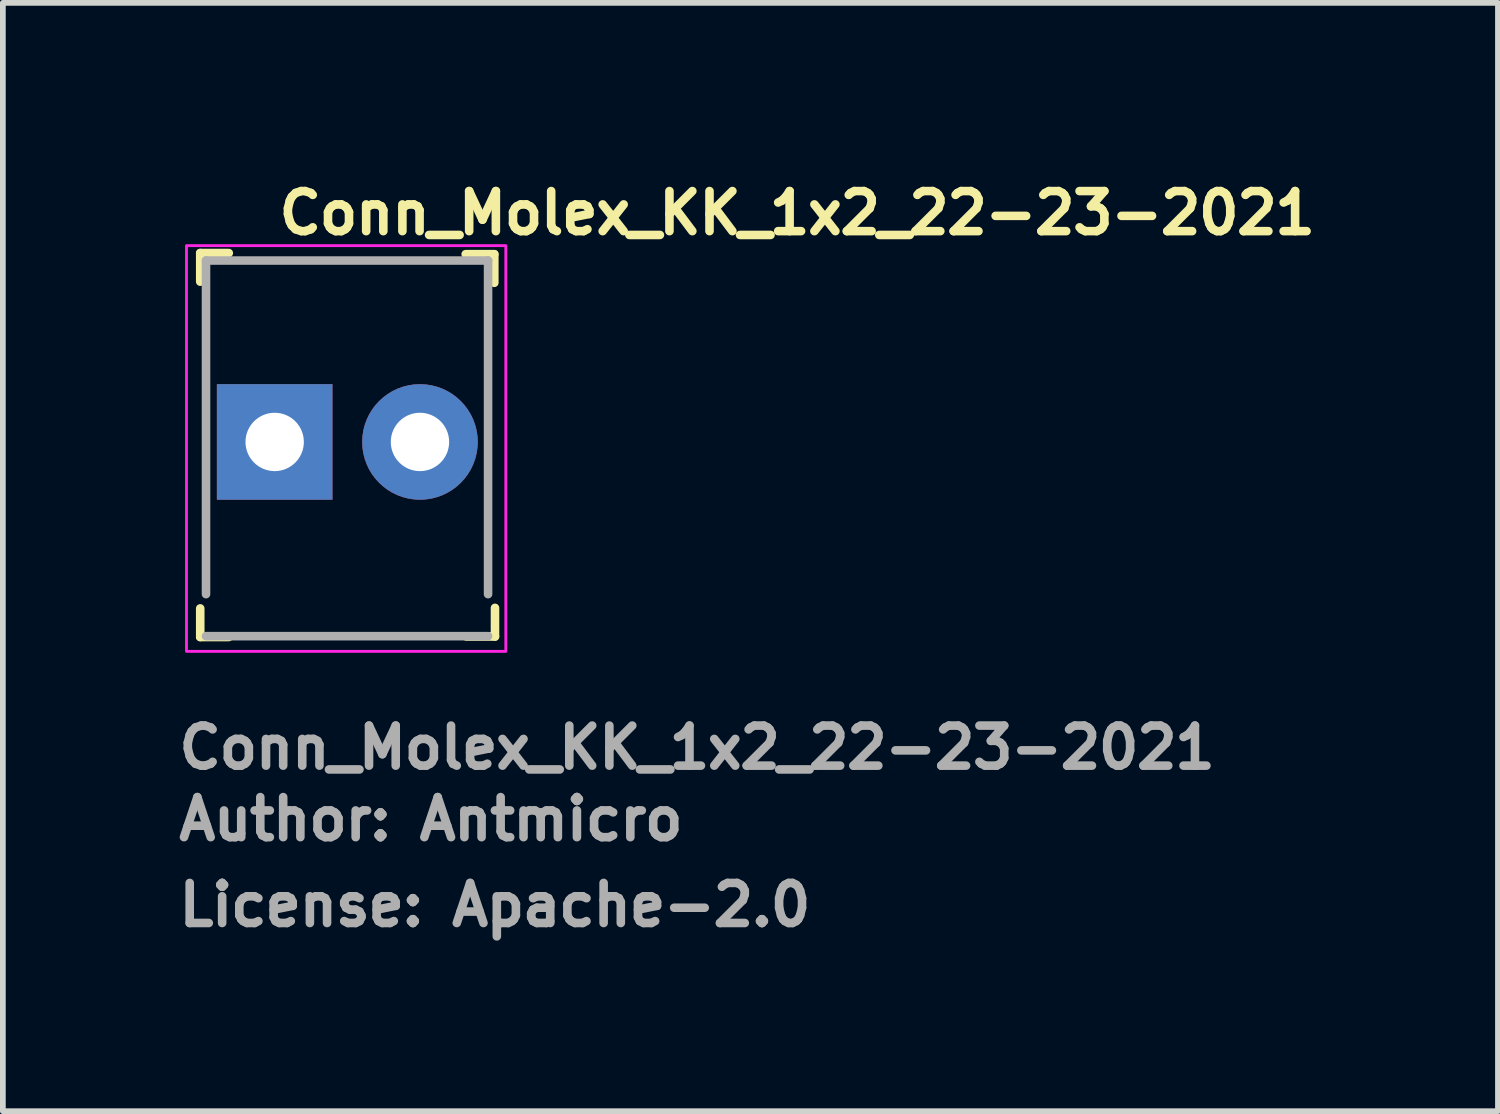
<source format=kicad_pcb>
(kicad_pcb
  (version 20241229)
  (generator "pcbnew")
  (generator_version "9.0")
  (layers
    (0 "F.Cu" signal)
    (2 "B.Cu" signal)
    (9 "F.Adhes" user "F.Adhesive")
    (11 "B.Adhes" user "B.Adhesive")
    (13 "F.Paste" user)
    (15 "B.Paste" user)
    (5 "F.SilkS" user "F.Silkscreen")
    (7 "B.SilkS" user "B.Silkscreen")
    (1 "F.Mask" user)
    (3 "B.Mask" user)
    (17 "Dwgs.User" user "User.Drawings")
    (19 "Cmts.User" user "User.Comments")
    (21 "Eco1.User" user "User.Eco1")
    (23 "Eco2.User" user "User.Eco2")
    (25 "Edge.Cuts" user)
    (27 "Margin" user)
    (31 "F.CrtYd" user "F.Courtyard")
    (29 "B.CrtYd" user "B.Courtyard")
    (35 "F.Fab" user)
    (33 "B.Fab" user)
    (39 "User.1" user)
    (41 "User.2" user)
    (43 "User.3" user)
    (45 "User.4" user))
  (footprint "Conn_Molex_KK_1x2_22-23-2021"
    (layer "F.Cu")
    (at 1.75 4.673)
    (property "Reference" "Conn_Molex_KK_1x2_22-23-2021" (at 0 -4 0) (layer "F.SilkS") (effects (font (size 0.7 0.7) (thickness 0.15)) (justify left)))
    (attr through_hole)
    (fp_line (start -1.301 -3.301) (end -1.301 -2.801) (stroke (width 0.15) (type solid)) (layer "F.SilkS"))
    (fp_line (start -1.301 -3.301) (end -0.802 -3.301) (stroke (width 0.15) (type solid)) (layer "F.SilkS"))
    (fp_line (start -1.301 3.409) (end -1.301 2.909) (stroke (width 0.15) (type solid)) (layer "F.SilkS"))
    (fp_line (start -1.301 3.409) (end -0.802 3.409) (stroke (width 0.15) (type solid)) (layer "F.SilkS"))
    (fp_line (start 3.838 -3.281) (end 3.338 -3.281) (stroke (width 0.15) (type solid)) (layer "F.SilkS"))
    (fp_line (start 3.838 -3.281) (end 3.838 -2.781) (stroke (width 0.15) (type solid)) (layer "F.SilkS"))
    (fp_line (start 3.85 3.4) (end 3.35 3.4) (stroke (width 0.15) (type solid)) (layer "F.SilkS"))
    (fp_line (start 3.85 3.4) (end 3.85 2.9) (stroke (width 0.15) (type solid)) (layer "F.SilkS"))
    (fp_rect (start -1.541 -3.431) (end 4.039 3.66) (stroke (width 0.05) (type solid)) (fill no) (layer "F.CrtYd"))
    (fp_line (start -1.2 -3.17) (end -1.2 2.66) (stroke (width 0.15) (type solid)) (layer "F.Fab"))
    (fp_line (start -1.2 -3.17) (end 3.729 -3.17) (stroke (width 0.15) (type solid)) (layer "F.Fab"))
    (fp_line (start -1.2 3.394) (end 3.729 3.394) (stroke (width 0.15) (type solid)) (layer "F.Fab"))
    (fp_line (start 3.729 -3.17) (end 3.729 2.66) (stroke (width 0.15) (type solid)) (layer "F.Fab"))
    (fp_rect (start -1.291 -3.181) (end 3.789 3.41) (stroke (width 0.1) (type solid)) (fill no) (layer "User.5"))
    (fp_line (start -1.291 -3.181) (end -1.291 -2.543) (stroke (width 0.02) (type solid)) (layer "User.9"))
    (fp_line (start -1.291 -3.181) (end -0.02 -3.181) (stroke (width 0.02) (type solid)) (layer "User.9"))
    (fp_line (start -1.291 -2.543) (end -1.291 -2.495) (stroke (width 0.02) (type solid)) (layer "User.9"))
    (fp_line (start -1.291 -2.543) (end -0.02 -2.543) (stroke (width 0.02) (type solid)) (layer "User.9"))
    (fp_line (start -1.291 -2.495) (end -1.291 -2.495) (stroke (width 0.02) (type solid)) (layer "User.9"))
    (fp_line (start -1.291 -2.495) (end -1.291 -2.372) (stroke (width 0.02) (type solid)) (layer "User.9"))
    (fp_line (start -1.291 -2.372) (end -1.291 -2.372) (stroke (width 0.02) (type solid)) (layer "User.9"))
    (fp_line (start -1.291 -2.372) (end -1.291 -2.089) (stroke (width 0.02) (type solid)) (layer "User.9"))
    (fp_line (start -1.291 -2.089) (end -1.291 -2.089) (stroke (width 0.02) (type solid)) (layer "User.9"))
    (fp_line (start -1.291 -2.089) (end -1.291 -2.023) (stroke (width 0.02) (type solid)) (layer "User.9"))
    (fp_line (start -1.291 -2.023) (end -1.291 -2.023) (stroke (width 0.02) (type solid)) (layer "User.9"))
    (fp_line (start -1.291 -2.023) (end -1.291 -1.962) (stroke (width 0.02) (type solid)) (layer "User.9"))
    (fp_line (start -1.291 -1.962) (end -1.291 -1.962) (stroke (width 0.02) (type solid)) (layer "User.9"))
    (fp_line (start -1.291 -1.962) (end -1.291 -1.909) (stroke (width 0.02) (type solid)) (layer "User.9"))
    (fp_line (start -1.291 -1.909) (end -1.291 -1.909) (stroke (width 0.02) (type solid)) (layer "User.9"))
    (fp_line (start -1.291 -1.909) (end -1.291 -1.867) (stroke (width 0.02) (type solid)) (layer "User.9"))
    (fp_line (start -1.291 -1.867) (end -1.291 -1.867) (stroke (width 0.02) (type solid)) (layer "User.9"))
    (fp_line (start -1.291 -1.867) (end -1.291 -1.835) (stroke (width 0.02) (type solid)) (layer "User.9"))
    (fp_line (start -1.291 -1.835) (end -1.291 -1.835) (stroke (width 0.02) (type solid)) (layer "User.9"))
    (fp_line (start -1.291 -1.835) (end -1.291 -1.817) (stroke (width 0.02) (type solid)) (layer "User.9"))
    (fp_line (start -1.291 -1.817) (end -1.291 -1.817) (stroke (width 0.02) (type solid)) (layer "User.9"))
    (fp_line (start -1.291 -1.817) (end -1.291 -1.809) (stroke (width 0.02) (type solid)) (layer "User.9"))
    (fp_line (start -1.291 -1.809) (end -1.291 3.394) (stroke (width 0.02) (type solid)) (layer "User.9"))
    (fp_line (start -1.291 -1.809) (end -0.02 -1.809) (stroke (width 0.02) (type solid)) (layer "User.9"))
    (fp_line (start -1.291 3.394) (end 3.789 3.394) (stroke (width 0.02) (type solid)) (layer "User.9"))
    (fp_line (start -0.339 -0.325) (end -0.339 0.31) (stroke (width 0.02) (type solid)) (layer "User.9"))
    (fp_line (start -0.339 -0.325) (end 0.296 -0.325) (stroke (width 0.02) (type solid)) (layer "User.9"))
    (fp_line (start -0.339 0.31) (end 0.296 0.31) (stroke (width 0.02) (type solid)) (layer "User.9"))
    (fp_line (start -0.02 -3.181) (end -0.02 -3.172) (stroke (width 0.02) (type solid)) (layer "User.9"))
    (fp_line (start -0.02 -3.181) (end 2.519 -3.181) (stroke (width 0.02) (type solid)) (layer "User.9"))
    (fp_line (start -0.02 -3.172) (end -0.02 -3.172) (stroke (width 0.02) (type solid)) (layer "User.9"))
    (fp_line (start -0.02 -3.172) (end -0.02 -3.141) (stroke (width 0.02) (type solid)) (layer "User.9"))
    (fp_line (start -0.02 -3.141) (end -0.02 -3.141) (stroke (width 0.02) (type solid)) (layer "User.9"))
    (fp_line (start -0.02 -3.141) (end -0.02 -3.093) (stroke (width 0.02) (type solid)) (layer "User.9"))
    (fp_line (start -0.02 -3.093) (end -0.02 -3.093) (stroke (width 0.02) (type solid)) (layer "User.9"))
    (fp_line (start -0.02 -3.093) (end -0.02 -3.025) (stroke (width 0.02) (type solid)) (layer "User.9"))
    (fp_line (start -0.02 -3.025) (end -0.02 -3.025) (stroke (width 0.02) (type solid)) (layer "User.9"))
    (fp_line (start -0.02 -3.025) (end -0.02 -2.943) (stroke (width 0.02) (type solid)) (layer "User.9"))
    (fp_line (start -0.02 -2.943) (end -0.02 -2.943) (stroke (width 0.02) (type solid)) (layer "User.9"))
    (fp_line (start -0.02 -2.943) (end -0.02 -2.848) (stroke (width 0.02) (type solid)) (layer "User.9"))
    (fp_line (start -0.02 -2.848) (end -0.02 -2.848) (stroke (width 0.02) (type solid)) (layer "User.9"))
    (fp_line (start -0.02 -2.848) (end -0.02 -2.743) (stroke (width 0.02) (type solid)) (layer "User.9"))
    (fp_line (start -0.02 -2.743) (end -0.02 -2.743) (stroke (width 0.02) (type solid)) (layer "User.9"))
    (fp_line (start -0.02 -2.743) (end -0.02 -2.404) (stroke (width 0.02) (type solid)) (layer "User.9"))
    (fp_line (start -0.02 -2.404) (end -0.02 -2.404) (stroke (width 0.02) (type solid)) (layer "User.9"))
    (fp_line (start -0.02 -2.404) (end -0.02 -2.193) (stroke (width 0.02) (type solid)) (layer "User.9"))
    (fp_line (start -0.02 -2.193) (end -0.02 -2.193) (stroke (width 0.02) (type solid)) (layer "User.9"))
    (fp_line (start -0.02 -2.193) (end -0.02 -2.101) (stroke (width 0.02) (type solid)) (layer "User.9"))
    (fp_line (start -0.02 -2.101) (end -0.02 -2.101) (stroke (width 0.02) (type solid)) (layer "User.9"))
    (fp_line (start -0.02 -2.101) (end -0.02 -2.024) (stroke (width 0.02) (type solid)) (layer "User.9"))
    (fp_line (start -0.02 -2.024) (end -0.02 -1.307) (stroke (width 0.02) (type solid)) (layer "User.9"))
    (fp_line (start -0.02 -1.149) (end -0.02 -1.307) (stroke (width 0.02) (type solid)) (layer "User.9"))
    (fp_line (start -0.02 -1.149) (end 2.519 -1.149) (stroke (width 0.02) (type solid)) (layer "User.9"))
    (fp_line (start 0.296 -0.325) (end 0.296 0.31) (stroke (width 0.02) (type solid)) (layer "User.9"))
    (fp_line (start 2.201 -0.325) (end 2.201 0.31) (stroke (width 0.02) (type solid)) (layer "User.9"))
    (fp_line (start 2.201 -0.325) (end 2.837 -0.325) (stroke (width 0.02) (type solid)) (layer "User.9"))
    (fp_line (start 2.201 0.31) (end 2.837 0.31) (stroke (width 0.02) (type solid)) (layer "User.9"))
    (fp_line (start 2.519 -3.181) (end 2.519 -3.172) (stroke (width 0.02) (type solid)) (layer "User.9"))
    (fp_line (start 2.519 -3.181) (end 3.789 -3.181) (stroke (width 0.02) (type solid)) (layer "User.9"))
    (fp_line (start 2.519 -3.172) (end 2.519 -3.172) (stroke (width 0.02) (type solid)) (layer "User.9"))
    (fp_line (start 2.519 -3.172) (end 2.519 -3.141) (stroke (width 0.02) (type solid)) (layer "User.9"))
    (fp_line (start 2.519 -3.141) (end 2.519 -3.141) (stroke (width 0.02) (type solid)) (layer "User.9"))
    (fp_line (start 2.519 -3.141) (end 2.519 -3.093) (stroke (width 0.02) (type solid)) (layer "User.9"))
    (fp_line (start 2.519 -3.093) (end 2.519 -3.093) (stroke (width 0.02) (type solid)) (layer "User.9"))
    (fp_line (start 2.519 -3.093) (end 2.519 -3.025) (stroke (width 0.02) (type solid)) (layer "User.9"))
    (fp_line (start 2.519 -3.025) (end 2.519 -3.025) (stroke (width 0.02) (type solid)) (layer "User.9"))
    (fp_line (start 2.519 -3.025) (end 2.519 -2.943) (stroke (width 0.02) (type solid)) (layer "User.9"))
    (fp_line (start 2.519 -2.943) (end 2.519 -2.943) (stroke (width 0.02) (type solid)) (layer "User.9"))
    (fp_line (start 2.519 -2.943) (end 2.519 -2.848) (stroke (width 0.02) (type solid)) (layer "User.9"))
    (fp_line (start 2.519 -2.848) (end 2.519 -2.848) (stroke (width 0.02) (type solid)) (layer "User.9"))
    (fp_line (start 2.519 -2.848) (end 2.519 -2.743) (stroke (width 0.02) (type solid)) (layer "User.9"))
    (fp_line (start 2.519 -2.743) (end 2.519 -2.743) (stroke (width 0.02) (type solid)) (layer "User.9"))
    (fp_line (start 2.519 -2.743) (end 2.519 -2.404) (stroke (width 0.02) (type solid)) (layer "User.9"))
    (fp_line (start 2.519 -2.543) (end 3.789 -2.543) (stroke (width 0.02) (type solid)) (layer "User.9"))
    (fp_line (start 2.519 -2.404) (end 2.519 -2.404) (stroke (width 0.02) (type solid)) (layer "User.9"))
    (fp_line (start 2.519 -2.404) (end 2.519 -2.193) (stroke (width 0.02) (type solid)) (layer "User.9"))
    (fp_line (start 2.519 -2.193) (end 2.519 -2.193) (stroke (width 0.02) (type solid)) (layer "User.9"))
    (fp_line (start 2.519 -2.193) (end 2.519 -2.101) (stroke (width 0.02) (type solid)) (layer "User.9"))
    (fp_line (start 2.519 -2.101) (end 2.519 -2.101) (stroke (width 0.02) (type solid)) (layer "User.9"))
    (fp_line (start 2.519 -2.101) (end 2.519 -2.024) (stroke (width 0.02) (type solid)) (layer "User.9"))
    (fp_line (start 2.519 -2.024) (end 2.519 -1.307) (stroke (width 0.02) (type solid)) (layer "User.9"))
    (fp_line (start 2.519 -1.809) (end 3.789 -1.809) (stroke (width 0.02) (type solid)) (layer "User.9"))
    (fp_line (start 2.519 -1.307) (end 2.519 -1.149) (stroke (width 0.02) (type solid)) (layer "User.9"))
    (fp_line (start 2.837 -0.325) (end 2.837 0.31) (stroke (width 0.02) (type solid)) (layer "User.9"))
    (fp_line (start 3.789 -3.181) (end 3.789 -2.543) (stroke (width 0.02) (type solid)) (layer "User.9"))
    (fp_line (start 3.789 -2.543) (end 3.789 -2.495) (stroke (width 0.02) (type solid)) (layer "User.9"))
    (fp_line (start 3.789 -2.495) (end 3.789 -2.495) (stroke (width 0.02) (type solid)) (layer "User.9"))
    (fp_line (start 3.789 -2.495) (end 3.789 -2.372) (stroke (width 0.02) (type solid)) (layer "User.9"))
    (fp_line (start 3.789 -2.372) (end 3.789 -2.372) (stroke (width 0.02) (type solid)) (layer "User.9"))
    (fp_line (start 3.789 -2.372) (end 3.789 -2.089) (stroke (width 0.02) (type solid)) (layer "User.9"))
    (fp_line (start 3.789 -2.089) (end 3.789 -2.089) (stroke (width 0.02) (type solid)) (layer "User.9"))
    (fp_line (start 3.789 -2.089) (end 3.789 -2.023) (stroke (width 0.02) (type solid)) (layer "User.9"))
    (fp_line (start 3.789 -2.023) (end 3.789 -2.023) (stroke (width 0.02) (type solid)) (layer "User.9"))
    (fp_line (start 3.789 -2.023) (end 3.789 -1.962) (stroke (width 0.02) (type solid)) (layer "User.9"))
    (fp_line (start 3.789 -1.962) (end 3.789 -1.962) (stroke (width 0.02) (type solid)) (layer "User.9"))
    (fp_line (start 3.789 -1.962) (end 3.789 -1.909) (stroke (width 0.02) (type solid)) (layer "User.9"))
    (fp_line (start 3.789 -1.909) (end 3.789 -1.909) (stroke (width 0.02) (type solid)) (layer "User.9"))
    (fp_line (start 3.789 -1.909) (end 3.789 -1.867) (stroke (width 0.02) (type solid)) (layer "User.9"))
    (fp_line (start 3.789 -1.867) (end 3.789 -1.867) (stroke (width 0.02) (type solid)) (layer "User.9"))
    (fp_line (start 3.789 -1.867) (end 3.789 -1.835) (stroke (width 0.02) (type solid)) (layer "User.9"))
    (fp_line (start 3.789 -1.835) (end 3.789 -1.835) (stroke (width 0.02) (type solid)) (layer "User.9"))
    (fp_line (start 3.789 -1.835) (end 3.789 -1.817) (stroke (width 0.02) (type solid)) (layer "User.9"))
    (fp_line (start 3.789 -1.817) (end 3.789 -1.817) (stroke (width 0.02) (type solid)) (layer "User.9"))
    (fp_line (start 3.789 -1.817) (end 3.789 -1.809) (stroke (width 0.02) (type solid)) (layer "User.9"))
    (fp_line (start 3.789 -1.809) (end 3.789 3.394) (stroke (width 0.02) (type solid)) (layer "User.9"))
    (fp_text user "Author: Antmicro" (at -1.75 7 0) (layer "F.Fab") (effects (font (size 0.7 0.7) (thickness 0.15)) (justify left bottom)))
    (fp_text user "License: Apache-2.0" (at -1.75 8.5 0) (layer "F.Fab") (effects (font (size 0.7 0.7) (thickness 0.15)) (justify left bottom)))
    (fp_text user "${REFERENCE}" (at -1.75 5.75 0) (layer "F.Fab") (effects (font (size 0.7 0.7) (thickness 0.15)) (justify left bottom)))
    (pad "1" thru_hole rect (at 0 0) (size 2.02 2.02) (drill 1.02) (layers "*.Cu" "*.Mask"))
    (pad "2" thru_hole circle (at 2.539 0) (size 2.02 2.02) (drill 1.02) (layers "*.Cu" "*.Mask")))
  (gr_rect
    (start -3 -3)
    (end 23.127 16.368)
    (stroke (width 0.1) (type default))
    (fill no)
    (layer "Edge.Cuts")))
</source>
